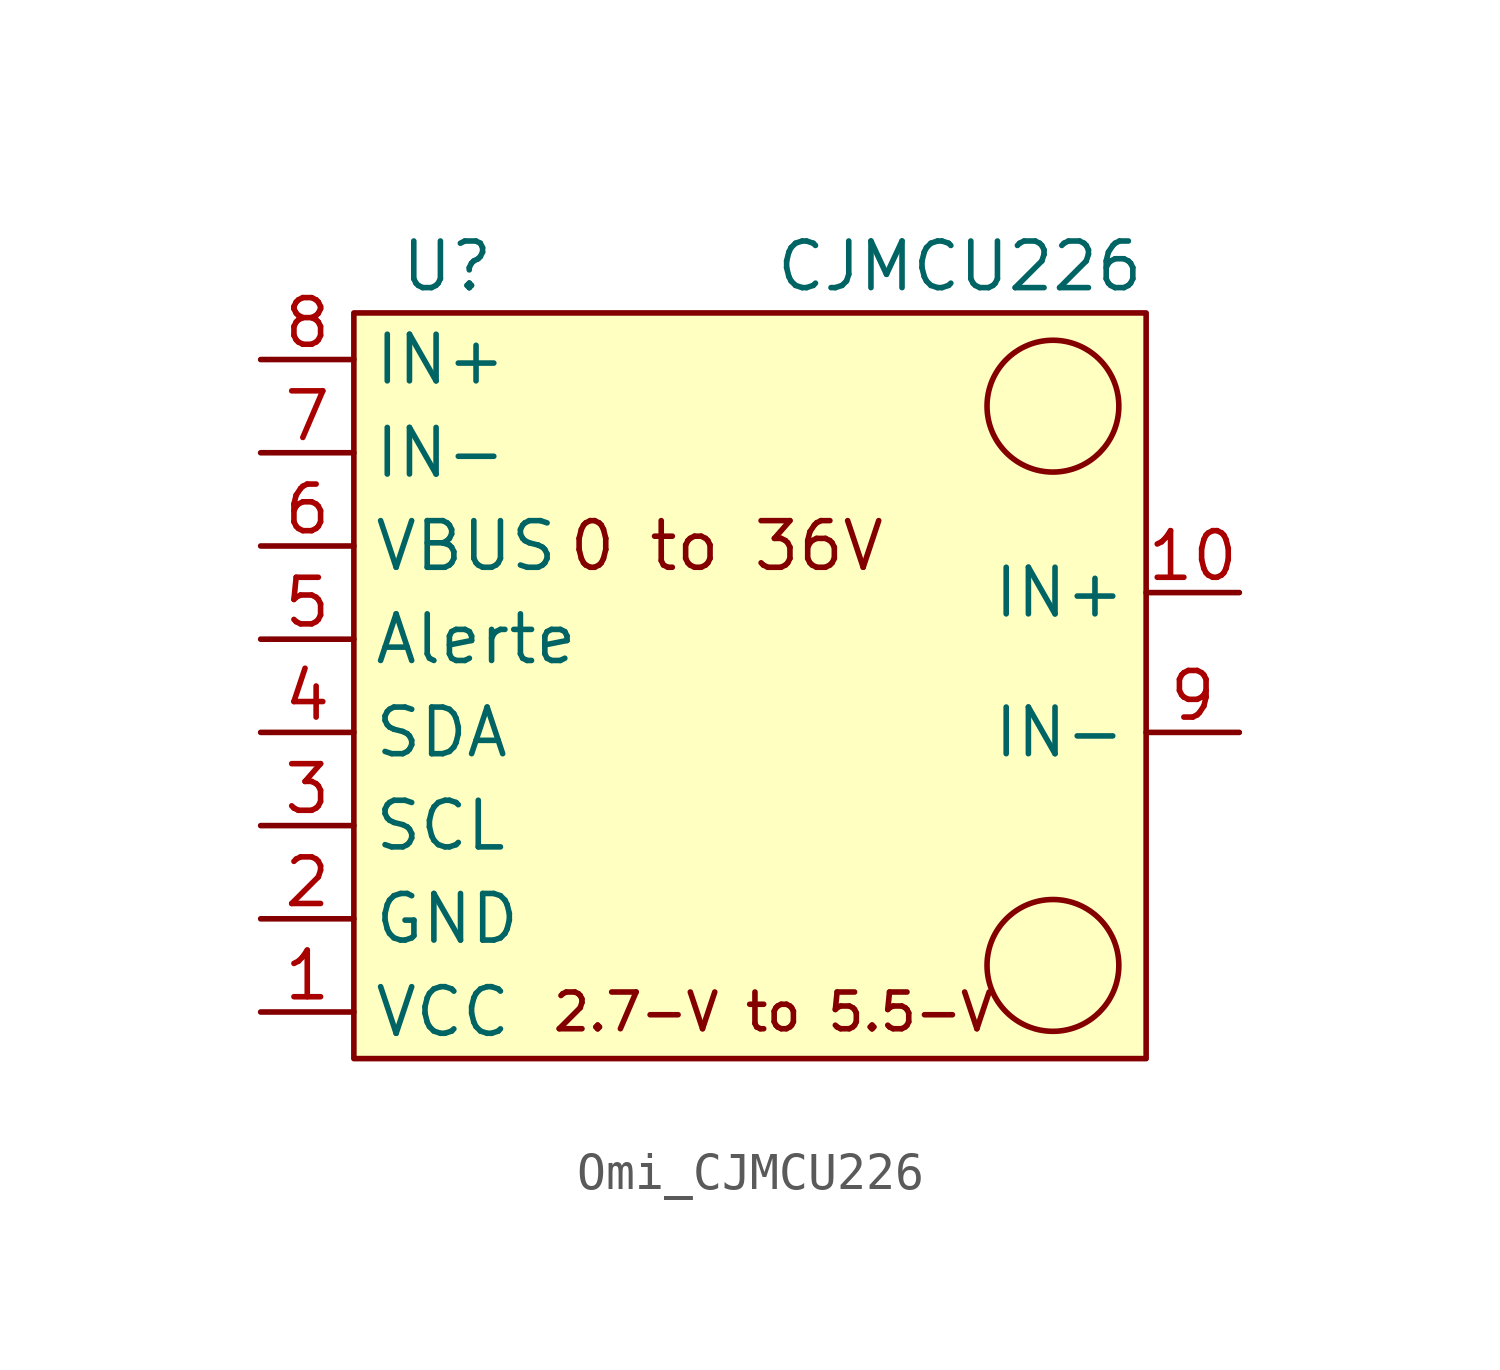
<source format=kicad_sym>
(kicad_symbol_lib
  (version 20220914)
  (generator kicad_symbol_editor)
  (symbol "Omi_CJMCU226"
    (property "Reference" "U"
      (at 27.94 6.35 0)
      (effects (font (size 1.27 1.27))))
    (property "Value" "CJMCU226"
      (at 41.91 6.35 0)
      (effects (font (size 1.27 1.27))))
    (symbol "Omi_CJMCU226_1_1"
      (rectangle (start 25.4 5.08) (end 46.99 -15.24) (stroke (width 0) (type default)) (fill (type background)))
      (circle (center 44.45 -12.7) (radius 1.796) (stroke (width 0) (type default)) (fill (type none)))
      (circle (center 44.45 2.54) (radius 1.796) (stroke (width 0) (type default)) (fill (type none)))
      (text "0 to 36V" (at 35.56 -1.27 0) (effects (font (size 1.27 1.27))))
      (text "2.7-V to 5.5-V" (at 36.83 -13.97 0) (effects (font (size 1 1))))
      (pin power_in line (at 22.86 -13.97 0) (length 2.54) (name "VCC" (effects (font (size 1.27 1.27)))) (number "1" (effects (font (size 1.27 1.27)))))
      (pin bidirectional line (at 49.53 -2.54 180) (length 2.54) (name "IN+" (effects (font (size 1.27 1.27)))) (number "10" (effects (font (size 1.27 1.27)))))
      (pin power_in line (at 22.86 -11.43 0) (length 2.54) (name "GND" (effects (font (size 1.27 1.27)))) (number "2" (effects (font (size 1.27 1.27)))))
      (pin bidirectional line (at 22.86 -8.89 0) (length 2.54) (name "SCL" (effects (font (size 1.27 1.27)))) (number "3" (effects (font (size 1.27 1.27)))))
      (pin bidirectional line (at 22.86 -6.35 0) (length 2.54) (name "SDA" (effects (font (size 1.27 1.27)))) (number "4" (effects (font (size 1.27 1.27)))))
      (pin bidirectional line (at 22.86 -3.81 0) (length 2.54) (name "Alerte" (effects (font (size 1.27 1.27)))) (number "5" (effects (font (size 1.27 1.27)))))
      (pin input line (at 22.86 -1.27 0) (length 2.54) (name "VBUS" (effects (font (size 1.27 1.27)))) (number "6" (effects (font (size 1.27 1.27)))))
      (pin bidirectional line (at 22.86 1.27 0) (length 2.54) (name "IN-" (effects (font (size 1.27 1.27)))) (number "7" (effects (font (size 1.27 1.27)))))
      (pin bidirectional line (at 22.86 3.81 0) (length 2.54) (name "IN+" (effects (font (size 1.27 1.27)))) (number "8" (effects (font (size 1.27 1.27)))))
      (pin bidirectional line (at 49.53 -6.35 180) (length 2.54) (name "IN-" (effects (font (size 1.27 1.27)))) (number "9" (effects (font (size 1.27 1.27))))))))
</source>
